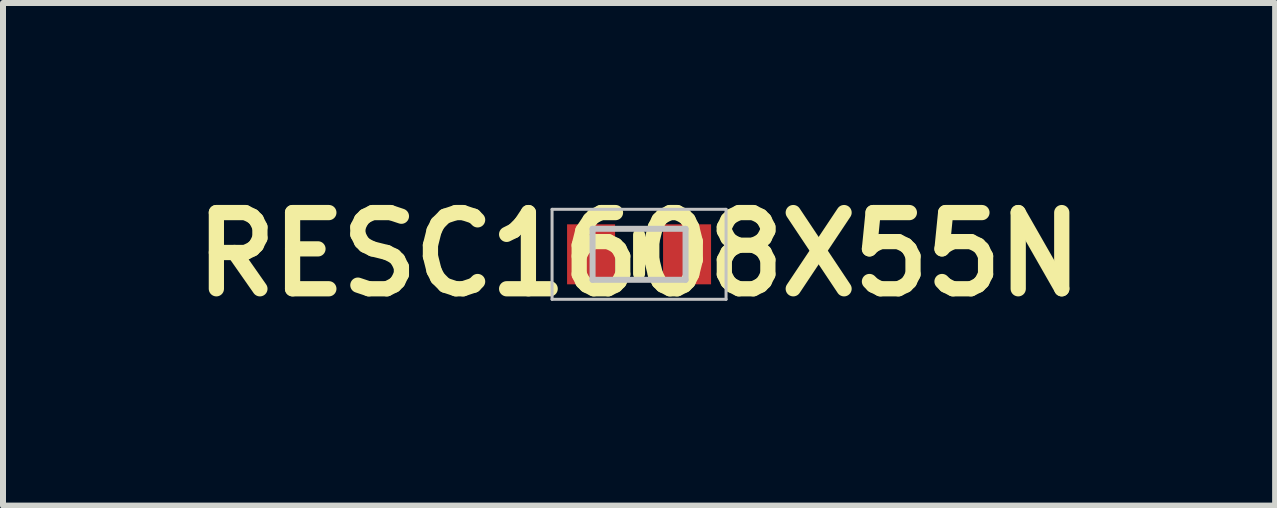
<source format=kicad_pcb>
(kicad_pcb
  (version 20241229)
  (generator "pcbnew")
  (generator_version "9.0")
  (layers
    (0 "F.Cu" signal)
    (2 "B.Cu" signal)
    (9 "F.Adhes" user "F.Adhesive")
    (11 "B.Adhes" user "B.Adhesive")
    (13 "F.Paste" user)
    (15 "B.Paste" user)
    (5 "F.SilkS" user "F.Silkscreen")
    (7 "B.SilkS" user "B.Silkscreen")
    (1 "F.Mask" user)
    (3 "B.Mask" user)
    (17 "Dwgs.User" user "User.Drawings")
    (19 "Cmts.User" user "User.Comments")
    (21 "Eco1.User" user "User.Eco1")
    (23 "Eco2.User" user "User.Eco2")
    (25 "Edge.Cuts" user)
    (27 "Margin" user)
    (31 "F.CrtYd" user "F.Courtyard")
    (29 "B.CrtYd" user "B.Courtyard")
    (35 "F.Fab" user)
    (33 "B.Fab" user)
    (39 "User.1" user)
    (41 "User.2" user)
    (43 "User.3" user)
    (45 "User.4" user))
  (footprint "RESC1608X55N"
    (layer "F.Cu")
    (at 7.602 1.189)
    (property "Reference" "RESC1608X55N" (at 0 0 0) (layer "F.SilkS") (effects (font (size 1.27 1.27) (thickness 0.254))))
    (attr smd)
    (fp_line (start 0 -0.325) (end 0 0.325) (stroke (width 0.2) (type solid)) (layer "F.SilkS"))
    (fp_line (start -1.45 -0.75) (end 1.45 -0.75) (stroke (width 0.05) (type solid)) (layer "Dwgs.User"))
    (fp_line (start -1.45 0.75) (end -1.45 -0.75) (stroke (width 0.05) (type solid)) (layer "Dwgs.User"))
    (fp_line (start -0.775 -0.425) (end 0.775 -0.425) (stroke (width 0.1) (type solid)) (layer "Dwgs.User"))
    (fp_line (start -0.775 0.425) (end -0.775 -0.425) (stroke (width 0.1) (type solid)) (layer "Dwgs.User"))
    (fp_line (start 0.775 -0.425) (end 0.775 0.425) (stroke (width 0.1) (type solid)) (layer "Dwgs.User"))
    (fp_line (start 0.775 0.425) (end -0.775 0.425) (stroke (width 0.1) (type solid)) (layer "Dwgs.User"))
    (fp_line (start 1.45 -0.75) (end 1.45 0.75) (stroke (width 0.05) (type solid)) (layer "Dwgs.User"))
    (fp_line (start 1.45 0.75) (end -1.45 0.75) (stroke (width 0.05) (type solid)) (layer "Dwgs.User"))
    (pad "1" smd rect (at -0.8 0) (size 0.8 1) (layers "F.Cu" "F.Mask" "F.Paste"))
    (pad "2" smd rect (at 0.8 0) (size 0.8 1) (layers "F.Cu" "F.Mask" "F.Paste")))
  (gr_rect
    (start -3 -3)
    (end 18.204 5.377)
    (stroke (width 0.1) (type default))
    (fill no)
    (layer "Edge.Cuts")))
</source>
